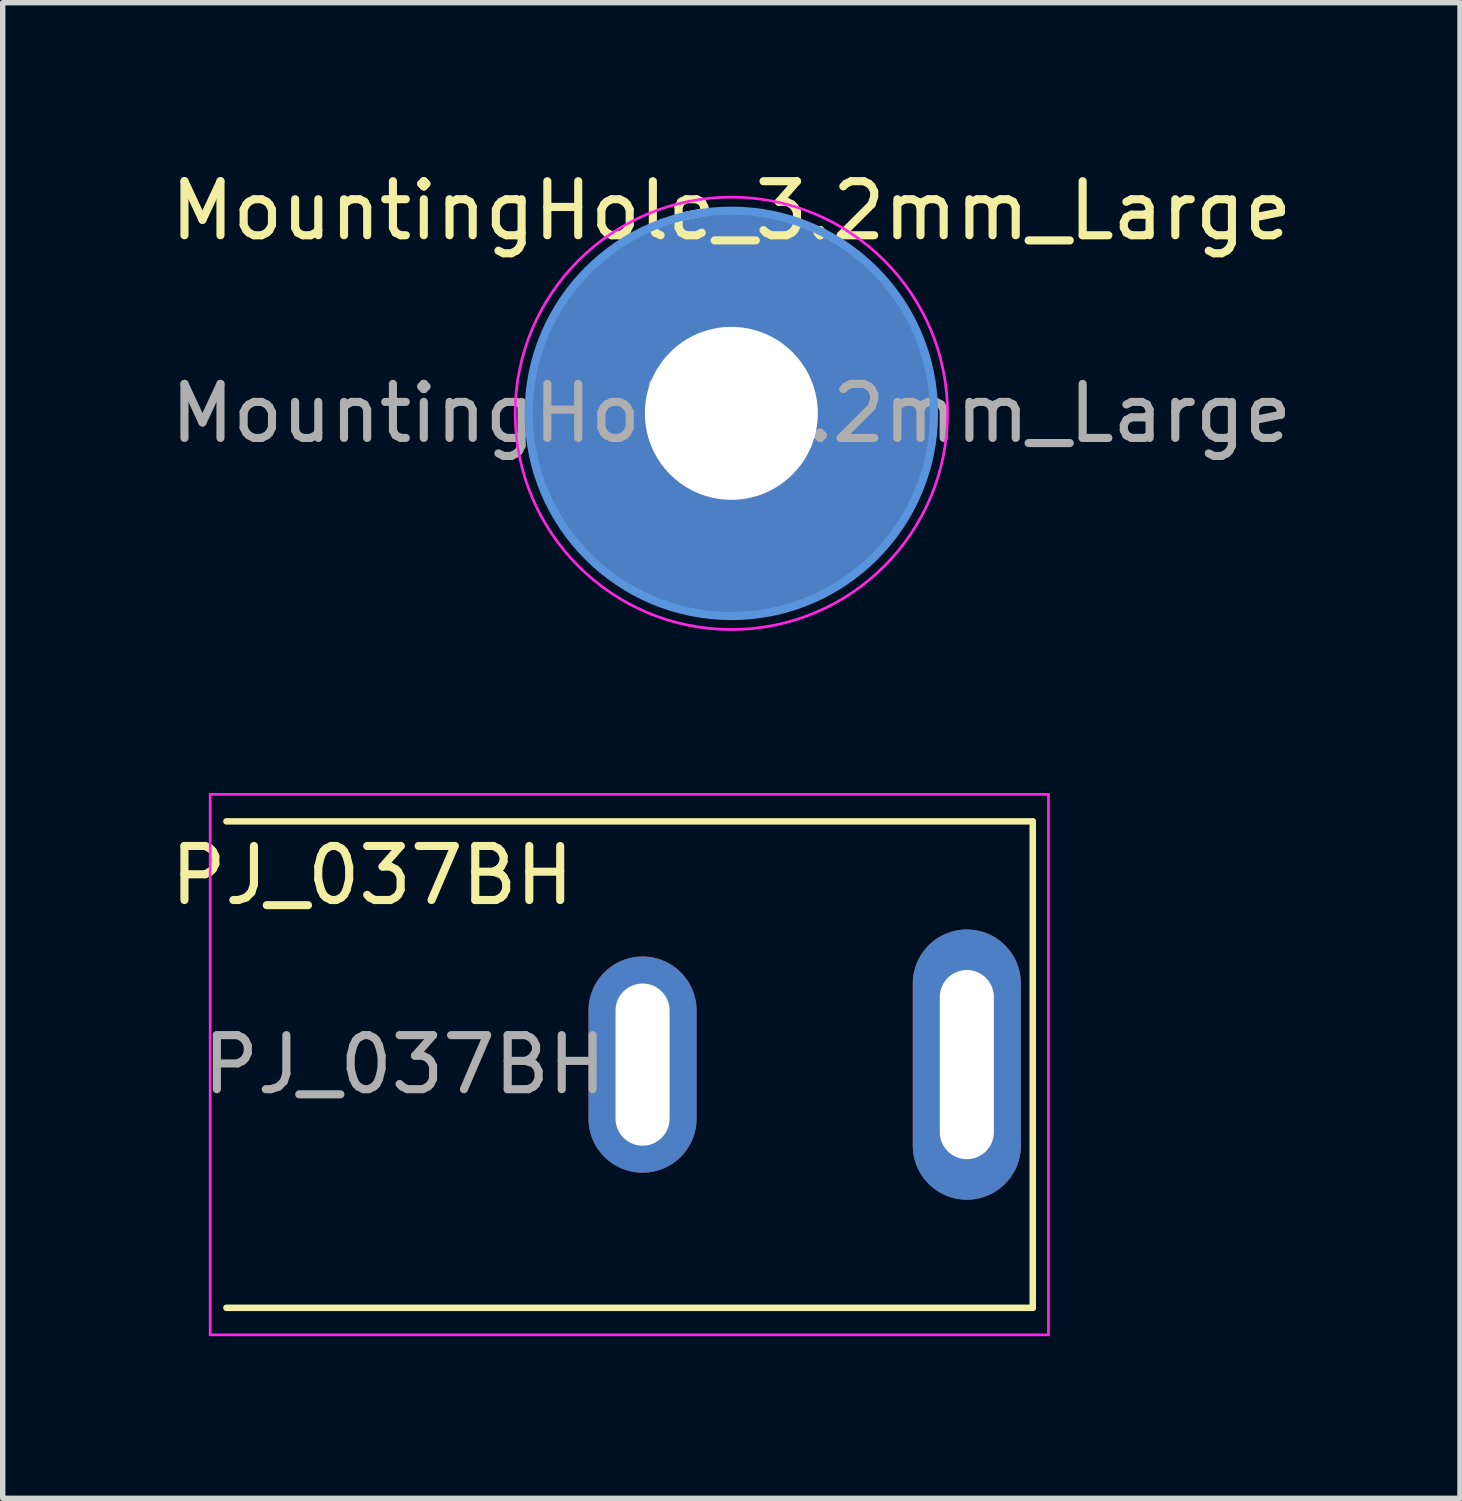
<source format=kicad_pcb>
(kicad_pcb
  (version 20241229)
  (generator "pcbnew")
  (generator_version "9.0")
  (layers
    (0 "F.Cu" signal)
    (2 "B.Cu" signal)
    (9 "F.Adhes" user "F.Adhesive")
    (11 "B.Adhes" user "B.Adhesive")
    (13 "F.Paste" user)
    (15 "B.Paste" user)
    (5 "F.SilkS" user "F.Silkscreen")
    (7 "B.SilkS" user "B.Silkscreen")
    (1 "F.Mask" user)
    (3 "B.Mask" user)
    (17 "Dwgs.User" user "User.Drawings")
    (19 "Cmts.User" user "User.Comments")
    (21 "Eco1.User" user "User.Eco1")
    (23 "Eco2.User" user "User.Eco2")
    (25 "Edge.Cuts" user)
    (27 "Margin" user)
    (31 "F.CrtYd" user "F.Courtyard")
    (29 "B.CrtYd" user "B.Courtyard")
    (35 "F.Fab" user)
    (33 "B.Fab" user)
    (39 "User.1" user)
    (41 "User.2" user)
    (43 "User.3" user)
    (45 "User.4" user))
  (footprint "MountingHole_3.2mm_Large"
    (layer "F.Cu")
    (at 10.482 4.598)
    (property "Reference" "MountingHole_3.2mm_Large" (at 0 -3.75 0) (layer "F.SilkS") (effects (font (size 1 1) (thickness 0.15))))
    (attr exclude_from_pos_files exclude_from_bom)
    (fp_circle (center 0 0) (end 3.75 0) (stroke (width 0.15) (type solid)) (fill no) (layer "Cmts.User"))
    (fp_circle (center 0 0) (end 4 0) (stroke (width 0.05) (type solid)) (fill no) (layer "F.CrtYd"))
    (fp_text user "${REFERENCE}" (at 0 0 0) (layer "F.Fab") (effects (font (size 1 1) (thickness 0.15))))
    (pad "1" thru_hole circle (at 0 0) (size 3.6 3.6) (drill 3.2) (layers "*.Cu" "*.Mask"))
    (pad "1" connect circle (at 0 0) (size 7.5 7.5) (layers "F.Cu" "F.Mask"))
    (pad "1" connect circle (at 0 0) (size 7.5 7.5) (layers "B.Cu" "B.Mask")))
  (footprint "PJ_037BH"
    (layer "F.Cu")
    (at 14.839 16.648)
    (property "Reference" "PJ_037BH" (at -11 -3.5 0) (layer "F.SilkS") (effects (font (size 1 1) (thickness 0.15))))
    (attr through_hole)
    (fp_line (start -13.7 4.5) (end 1.22 4.5) (stroke (width 0.12) (type solid)) (layer "F.SilkS"))
    (fp_line (start 1.22 -4.5) (end -13.7 -4.5) (stroke (width 0.12) (type solid)) (layer "F.SilkS"))
    (fp_line (start 1.22 4.5) (end 1.22 -4.5) (stroke (width 0.12) (type solid)) (layer "F.SilkS"))
    (fp_line (start -14 -5) (end 1.51 -5) (stroke (width 0.05) (type solid)) (layer "F.CrtYd"))
    (fp_line (start -14 5) (end -14 -5) (stroke (width 0.05) (type solid)) (layer "F.CrtYd"))
    (fp_line (start 1.51 -5) (end 1.51 5) (stroke (width 0.05) (type solid)) (layer "F.CrtYd"))
    (fp_line (start 1.51 5) (end -14 5) (stroke (width 0.05) (type solid)) (layer "F.CrtYd"))
    (fp_text user "${REFERENCE}" (at -10.4 0 0) (layer "F.Fab") (effects (font (size 1 1) (thickness 0.15))))
    (pad "1" thru_hole oval (at 0 0) (size 2 5) (drill oval 1 3.5) (layers "*.Cu" "*.Mask"))
    (pad "2" thru_hole oval (at -6 0) (size 2 4) (drill oval 1 3) (layers "*.Cu" "*.Mask")))
  (gr_rect
    (start -3 -3)
    (end 23.964 24.673)
    (stroke (width 0.1) (type default))
    (fill no)
    (layer "Edge.Cuts")))
</source>
